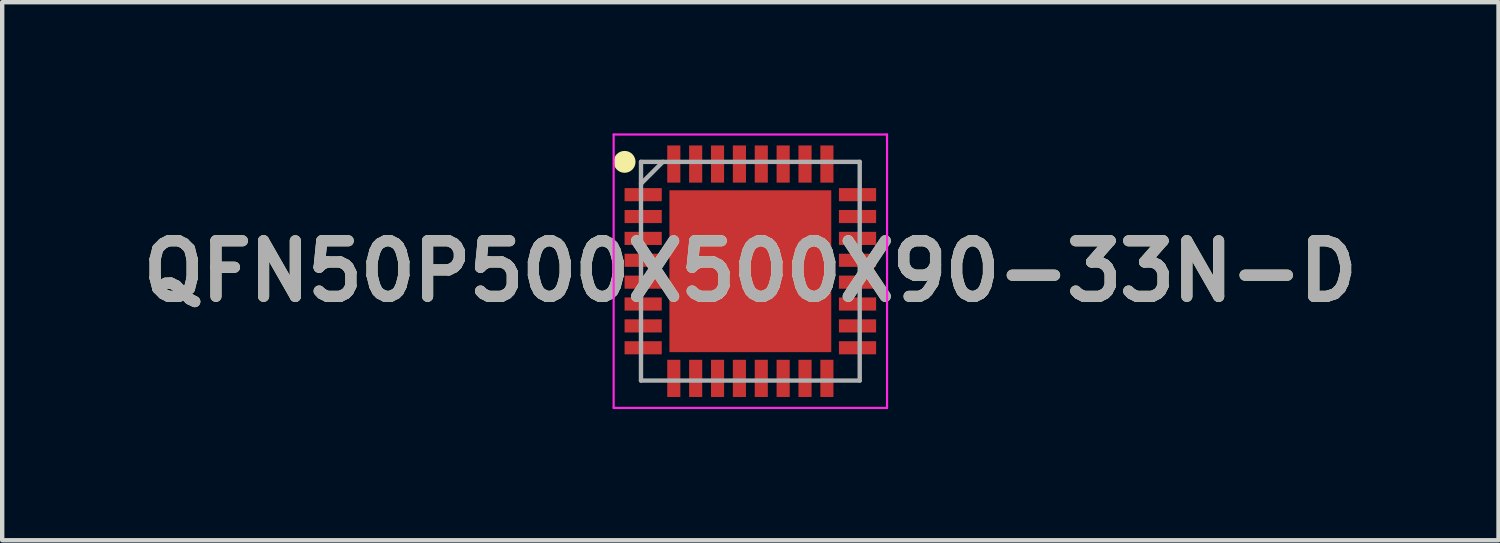
<source format=kicad_pcb>
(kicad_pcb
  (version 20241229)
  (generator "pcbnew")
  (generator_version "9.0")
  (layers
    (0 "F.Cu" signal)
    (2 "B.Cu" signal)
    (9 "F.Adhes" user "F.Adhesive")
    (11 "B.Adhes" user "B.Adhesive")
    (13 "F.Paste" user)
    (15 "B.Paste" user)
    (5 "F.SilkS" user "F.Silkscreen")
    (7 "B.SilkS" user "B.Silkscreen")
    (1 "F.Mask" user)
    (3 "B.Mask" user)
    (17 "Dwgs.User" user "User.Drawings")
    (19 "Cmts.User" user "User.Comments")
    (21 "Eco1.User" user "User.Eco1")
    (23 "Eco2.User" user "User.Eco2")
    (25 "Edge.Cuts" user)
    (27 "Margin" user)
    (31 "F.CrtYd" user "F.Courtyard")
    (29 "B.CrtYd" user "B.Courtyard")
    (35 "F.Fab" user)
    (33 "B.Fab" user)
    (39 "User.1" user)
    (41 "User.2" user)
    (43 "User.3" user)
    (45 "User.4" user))
  (footprint "QFN50P500X500X90-33N-D"
    (layer "F.Cu")
    (at 14.103 3.15)
    (property "Reference" "QFN50P500X500X90-33N-D" (at 0 0 0) (layer "F.SilkS") (effects (font (size 1.27 1.27) (thickness 0.254))))
    (attr smd)
    (fp_circle (center -2.875 -2.5) (end -2.875 -2.375) (stroke (width 0.25) (type solid)) (fill no) (layer "F.SilkS"))
    (fp_line (start -3.125 -3.125) (end 3.125 -3.125) (stroke (width 0.05) (type solid)) (layer "F.CrtYd"))
    (fp_line (start -3.125 3.125) (end -3.125 -3.125) (stroke (width 0.05) (type solid)) (layer "F.CrtYd"))
    (fp_line (start 3.125 -3.125) (end 3.125 3.125) (stroke (width 0.05) (type solid)) (layer "F.CrtYd"))
    (fp_line (start 3.125 3.125) (end -3.125 3.125) (stroke (width 0.05) (type solid)) (layer "F.CrtYd"))
    (fp_line (start -2.5 -2.5) (end 2.5 -2.5) (stroke (width 0.1) (type solid)) (layer "F.Fab"))
    (fp_line (start -2.5 -2) (end -2 -2.5) (stroke (width 0.1) (type solid)) (layer "F.Fab"))
    (fp_line (start -2.5 2.5) (end -2.5 -2.5) (stroke (width 0.1) (type solid)) (layer "F.Fab"))
    (fp_line (start 2.5 -2.5) (end 2.5 2.5) (stroke (width 0.1) (type solid)) (layer "F.Fab"))
    (fp_line (start 2.5 2.5) (end -2.5 2.5) (stroke (width 0.1) (type solid)) (layer "F.Fab"))
    (fp_text user "${REFERENCE}" (at 0 0 0) (layer "F.Fab") (effects (font (size 1.27 1.27) (thickness 0.254))))
    (pad "1" smd rect (at -2.45 -1.75 90) (size 0.3 0.85) (layers "F.Cu" "F.Mask" "F.Paste"))
    (pad "2" smd rect (at -2.45 -1.25 90) (size 0.3 0.85) (layers "F.Cu" "F.Mask" "F.Paste"))
    (pad "3" smd rect (at -2.45 -0.75 90) (size 0.3 0.85) (layers "F.Cu" "F.Mask" "F.Paste"))
    (pad "4" smd rect (at -2.45 -0.25 90) (size 0.3 0.85) (layers "F.Cu" "F.Mask" "F.Paste"))
    (pad "5" smd rect (at -2.45 0.25 90) (size 0.3 0.85) (layers "F.Cu" "F.Mask" "F.Paste"))
    (pad "6" smd rect (at -2.45 0.75 90) (size 0.3 0.85) (layers "F.Cu" "F.Mask" "F.Paste"))
    (pad "7" smd rect (at -2.45 1.25 90) (size 0.3 0.85) (layers "F.Cu" "F.Mask" "F.Paste"))
    (pad "8" smd rect (at -2.45 1.75 90) (size 0.3 0.85) (layers "F.Cu" "F.Mask" "F.Paste"))
    (pad "9" smd rect (at -1.75 2.45) (size 0.3 0.85) (layers "F.Cu" "F.Mask" "F.Paste"))
    (pad "10" smd rect (at -1.25 2.45) (size 0.3 0.85) (layers "F.Cu" "F.Mask" "F.Paste"))
    (pad "11" smd rect (at -0.75 2.45) (size 0.3 0.85) (layers "F.Cu" "F.Mask" "F.Paste"))
    (pad "12" smd rect (at -0.25 2.45) (size 0.3 0.85) (layers "F.Cu" "F.Mask" "F.Paste"))
    (pad "13" smd rect (at 0.25 2.45) (size 0.3 0.85) (layers "F.Cu" "F.Mask" "F.Paste"))
    (pad "14" smd rect (at 0.75 2.45) (size 0.3 0.85) (layers "F.Cu" "F.Mask" "F.Paste"))
    (pad "15" smd rect (at 1.25 2.45) (size 0.3 0.85) (layers "F.Cu" "F.Mask" "F.Paste"))
    (pad "16" smd rect (at 1.75 2.45) (size 0.3 0.85) (layers "F.Cu" "F.Mask" "F.Paste"))
    (pad "17" smd rect (at 2.45 1.75 90) (size 0.3 0.85) (layers "F.Cu" "F.Mask" "F.Paste"))
    (pad "18" smd rect (at 2.45 1.25 90) (size 0.3 0.85) (layers "F.Cu" "F.Mask" "F.Paste"))
    (pad "19" smd rect (at 2.45 0.75 90) (size 0.3 0.85) (layers "F.Cu" "F.Mask" "F.Paste"))
    (pad "20" smd rect (at 2.45 0.25 90) (size 0.3 0.85) (layers "F.Cu" "F.Mask" "F.Paste"))
    (pad "21" smd rect (at 2.45 -0.25 90) (size 0.3 0.85) (layers "F.Cu" "F.Mask" "F.Paste"))
    (pad "22" smd rect (at 2.45 -0.75 90) (size 0.3 0.85) (layers "F.Cu" "F.Mask" "F.Paste"))
    (pad "23" smd rect (at 2.45 -1.25 90) (size 0.3 0.85) (layers "F.Cu" "F.Mask" "F.Paste"))
    (pad "24" smd rect (at 2.45 -1.75 90) (size 0.3 0.85) (layers "F.Cu" "F.Mask" "F.Paste"))
    (pad "25" smd rect (at 1.75 -2.45) (size 0.3 0.85) (layers "F.Cu" "F.Mask" "F.Paste"))
    (pad "26" smd rect (at 1.25 -2.45) (size 0.3 0.85) (layers "F.Cu" "F.Mask" "F.Paste"))
    (pad "27" smd rect (at 0.75 -2.45) (size 0.3 0.85) (layers "F.Cu" "F.Mask" "F.Paste"))
    (pad "28" smd rect (at 0.25 -2.45) (size 0.3 0.85) (layers "F.Cu" "F.Mask" "F.Paste"))
    (pad "29" smd rect (at -0.25 -2.45) (size 0.3 0.85) (layers "F.Cu" "F.Mask" "F.Paste"))
    (pad "30" smd rect (at -0.75 -2.45) (size 0.3 0.85) (layers "F.Cu" "F.Mask" "F.Paste"))
    (pad "31" smd rect (at -1.25 -2.45) (size 0.3 0.85) (layers "F.Cu" "F.Mask" "F.Paste"))
    (pad "32" smd rect (at -1.75 -2.45) (size 0.3 0.85) (layers "F.Cu" "F.Mask" "F.Paste"))
    (pad "33" smd rect (at 0 0) (size 3.7 3.7) (layers "F.Cu" "F.Mask" "F.Paste")))
  (gr_rect
    (start -3 -3)
    (end 31.206 9.3)
    (stroke (width 0.1) (type default))
    (fill no)
    (layer "Edge.Cuts")))
</source>
